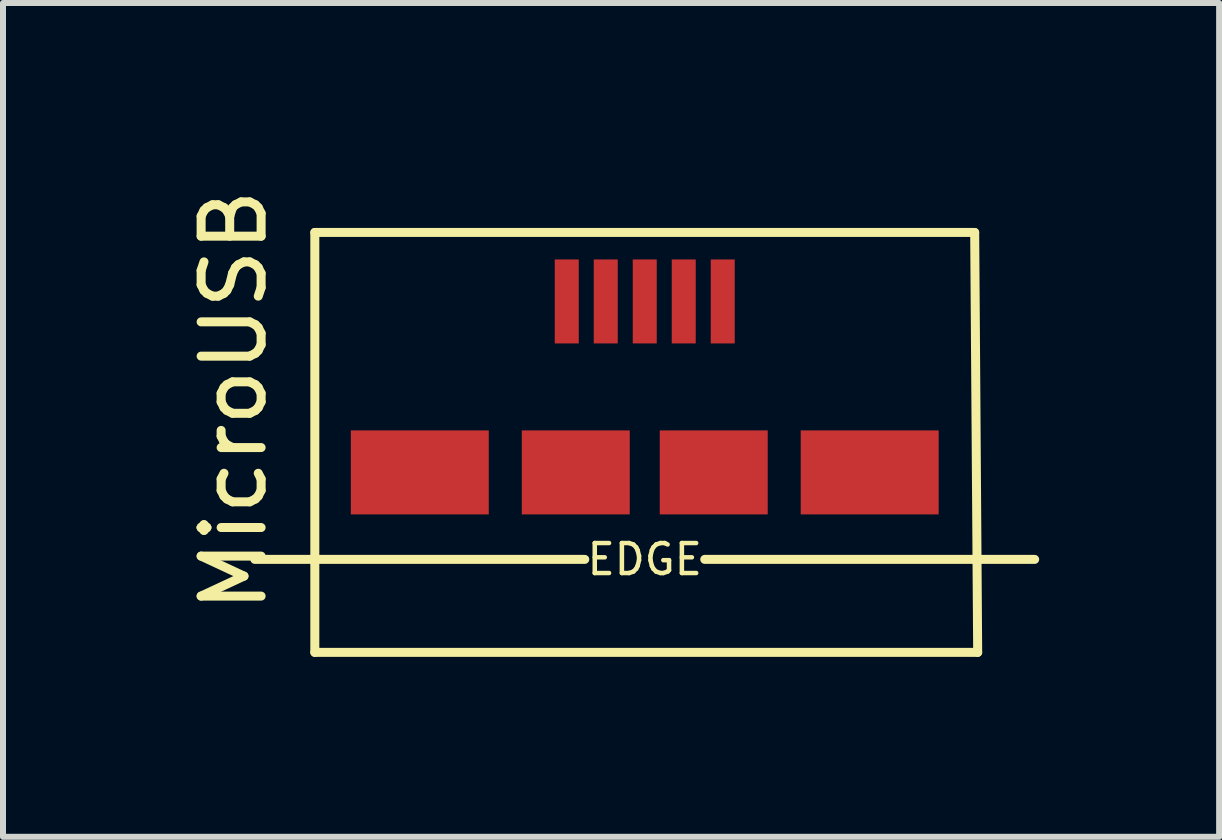
<source format=kicad_pcb>
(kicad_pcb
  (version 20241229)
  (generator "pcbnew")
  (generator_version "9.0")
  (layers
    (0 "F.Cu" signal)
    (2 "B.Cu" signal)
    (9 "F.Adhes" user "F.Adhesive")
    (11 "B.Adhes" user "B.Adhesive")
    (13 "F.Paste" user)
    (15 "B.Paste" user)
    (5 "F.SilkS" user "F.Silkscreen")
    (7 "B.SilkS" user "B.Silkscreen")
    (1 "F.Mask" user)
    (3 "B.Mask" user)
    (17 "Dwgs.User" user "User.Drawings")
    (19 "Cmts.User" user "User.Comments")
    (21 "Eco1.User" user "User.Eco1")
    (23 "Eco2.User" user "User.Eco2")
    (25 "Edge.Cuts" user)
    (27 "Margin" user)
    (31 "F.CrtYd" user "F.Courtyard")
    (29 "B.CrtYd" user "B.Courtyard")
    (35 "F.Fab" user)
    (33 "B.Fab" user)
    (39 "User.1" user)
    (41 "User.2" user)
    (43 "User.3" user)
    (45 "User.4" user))
  (footprint "MicroUSB"
    (layer "F.Cu")
    (at 7.698 4.825)
    (property "Reference" "MicroUSB" (at -6.85 -1.2 90) (layer "F.SilkS") (effects (font (size 1 1) (thickness 0.15))))
    (attr through_hole)
    (fp_line (start -6.5 1.45) (end -1 1.45) (stroke (width 0.15) (type solid)) (layer "F.SilkS"))
    (fp_line (start -5.5 -4) (end 5.5 -4) (stroke (width 0.15) (type solid)) (layer "F.SilkS"))
    (fp_line (start -5.5 3) (end -5.5 -4) (stroke (width 0.15) (type solid)) (layer "F.SilkS"))
    (fp_line (start 1 1.45) (end 6.5 1.45) (stroke (width 0.15) (type solid)) (layer "F.SilkS"))
    (fp_line (start 5.5 -4) (end 5.55 3) (stroke (width 0.15) (type solid)) (layer "F.SilkS"))
    (fp_line (start 5.55 3) (end -5.5 3) (stroke (width 0.15) (type solid)) (layer "F.SilkS"))
    (fp_text user "EDGE" (at 0 1.45 0) (layer "F.SilkS") (effects (font (size 0.5 0.5) (thickness 0.075))))
    (pad "1" smd rect (at -1.3 -2.85) (size 0.4 1.4) (layers "F.Cu" "F.Mask" "F.Paste"))
    (pad "2" smd rect (at -0.65 -2.85) (size 0.4 1.4) (layers "F.Cu" "F.Mask" "F.Paste"))
    (pad "3" smd rect (at 0 -2.85) (size 0.4 1.4) (layers "F.Cu" "F.Mask" "F.Paste"))
    (pad "4" smd rect (at 0.65 -2.85) (size 0.4 1.4) (layers "F.Cu" "F.Mask" "F.Paste"))
    (pad "5" smd rect (at 1.3 -2.85) (size 0.4 1.4) (layers "F.Cu" "F.Mask" "F.Paste"))
    (pad "6" smd rect (at -3.75 0) (size 2.3 1.4) (layers "F.Cu" "F.Mask" "F.Paste"))
    (pad "6" smd rect (at -1.15 0) (size 1.8 1.4) (layers "F.Cu" "F.Mask" "F.Paste"))
    (pad "6" smd rect (at 1.15 0) (size 1.8 1.4) (layers "F.Cu" "F.Mask" "F.Paste"))
    (pad "6" smd rect (at 3.75 0) (size 2.3 1.4) (layers "F.Cu" "F.Mask" "F.Paste")))
  (gr_rect
    (start -3 -3)
    (end 17.273 10.9)
    (stroke (width 0.1) (type default))
    (fill no)
    (layer "Edge.Cuts")))
</source>
